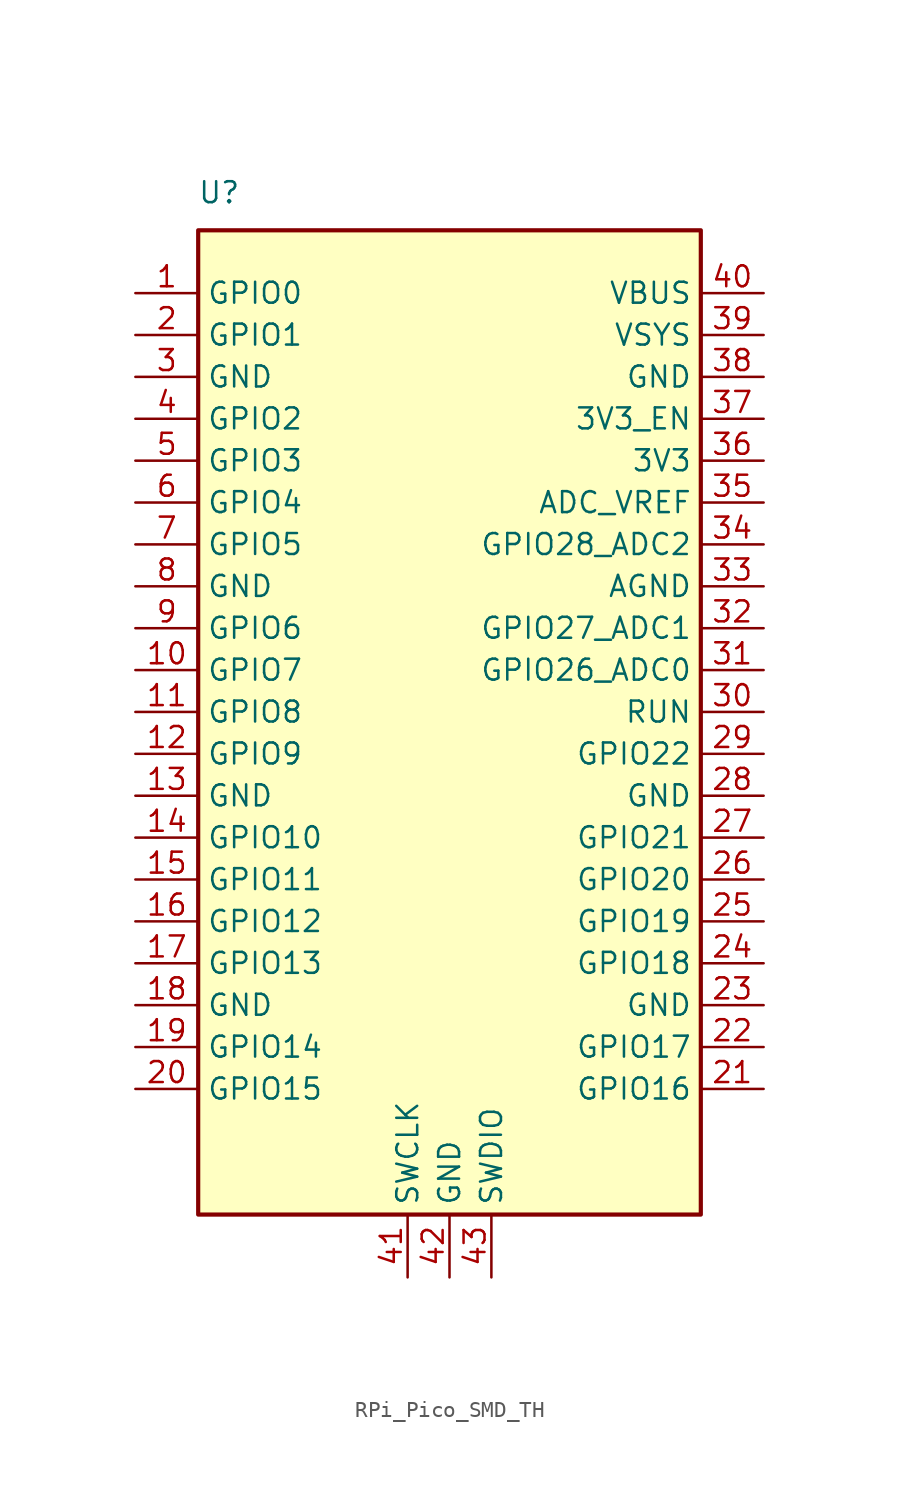
<source format=kicad_sym>
(kicad_symbol_lib
  (version 20241209)
  (generator "kicad_symbol_editor")
  (generator_version "9.0")
  (symbol "RPi_Pico_SMD_TH"
    (property "Reference" "U"
      (at -13.97 27.686 0)
      (effects (font (size 1.27 1.27))))
    (symbol "RPi_Pico_SMD_TH_1_1"
      (rectangle (start -15.24 25.4) (end 15.24 -34.29) (stroke (width 0.254) (type solid)) (fill (type background)))
      (pin bidirectional line (at -19.05 21.59 0) (length 3.81) (name "GPIO0" (effects (font (size 1.27 1.27)))) (number "1" (effects (font (size 1.27 1.27)))))
      (pin bidirectional line (at -19.05 19.05 0) (length 3.81) (name "GPIO1" (effects (font (size 1.27 1.27)))) (number "2" (effects (font (size 1.27 1.27)))))
      (pin power_in line (at -19.05 16.51 0) (length 3.81) (name "GND" (effects (font (size 1.27 1.27)))) (number "3" (effects (font (size 1.27 1.27)))))
      (pin bidirectional line (at -19.05 13.97 0) (length 3.81) (name "GPIO2" (effects (font (size 1.27 1.27)))) (number "4" (effects (font (size 1.27 1.27)))))
      (pin bidirectional line (at -19.05 11.43 0) (length 3.81) (name "GPIO3" (effects (font (size 1.27 1.27)))) (number "5" (effects (font (size 1.27 1.27)))))
      (pin bidirectional line (at -19.05 8.89 0) (length 3.81) (name "GPIO4" (effects (font (size 1.27 1.27)))) (number "6" (effects (font (size 1.27 1.27)))))
      (pin bidirectional line (at -19.05 6.35 0) (length 3.81) (name "GPIO5" (effects (font (size 1.27 1.27)))) (number "7" (effects (font (size 1.27 1.27)))))
      (pin power_in line (at -19.05 3.81 0) (length 3.81) (name "GND" (effects (font (size 1.27 1.27)))) (number "8" (effects (font (size 1.27 1.27)))))
      (pin bidirectional line (at -19.05 1.27 0) (length 3.81) (name "GPIO6" (effects (font (size 1.27 1.27)))) (number "9" (effects (font (size 1.27 1.27)))))
      (pin bidirectional line (at -19.05 -1.27 0) (length 3.81) (name "GPIO7" (effects (font (size 1.27 1.27)))) (number "10" (effects (font (size 1.27 1.27)))))
      (pin bidirectional line (at -19.05 -3.81 0) (length 3.81) (name "GPIO8" (effects (font (size 1.27 1.27)))) (number "11" (effects (font (size 1.27 1.27)))))
      (pin bidirectional line (at -19.05 -6.35 0) (length 3.81) (name "GPIO9" (effects (font (size 1.27 1.27)))) (number "12" (effects (font (size 1.27 1.27)))))
      (pin power_in line (at -19.05 -8.89 0) (length 3.81) (name "GND" (effects (font (size 1.27 1.27)))) (number "13" (effects (font (size 1.27 1.27)))))
      (pin bidirectional line (at -19.05 -11.43 0) (length 3.81) (name "GPIO10" (effects (font (size 1.27 1.27)))) (number "14" (effects (font (size 1.27 1.27)))))
      (pin bidirectional line (at -19.05 -13.97 0) (length 3.81) (name "GPIO11" (effects (font (size 1.27 1.27)))) (number "15" (effects (font (size 1.27 1.27)))))
      (pin bidirectional line (at -19.05 -16.51 0) (length 3.81) (name "GPIO12" (effects (font (size 1.27 1.27)))) (number "16" (effects (font (size 1.27 1.27)))))
      (pin bidirectional line (at -19.05 -19.05 0) (length 3.81) (name "GPIO13" (effects (font (size 1.27 1.27)))) (number "17" (effects (font (size 1.27 1.27)))))
      (pin power_in line (at -19.05 -21.59 0) (length 3.81) (name "GND" (effects (font (size 1.27 1.27)))) (number "18" (effects (font (size 1.27 1.27)))))
      (pin bidirectional line (at -19.05 -24.13 0) (length 3.81) (name "GPIO14" (effects (font (size 1.27 1.27)))) (number "19" (effects (font (size 1.27 1.27)))))
      (pin bidirectional line (at -19.05 -26.67 0) (length 3.81) (name "GPIO15" (effects (font (size 1.27 1.27)))) (number "20" (effects (font (size 1.27 1.27)))))
      (pin input line (at -2.54 -38.1 90) (length 3.81) (name "SWCLK" (effects (font (size 1.27 1.27)))) (number "41" (effects (font (size 1.27 1.27)))))
      (pin power_in line (at 0 -38.1 90) (length 3.81) (name "GND" (effects (font (size 1.27 1.27)))) (number "42" (effects (font (size 1.27 1.27)))))
      (pin bidirectional line (at 2.54 -38.1 90) (length 3.81) (name "SWDIO" (effects (font (size 1.27 1.27)))) (number "43" (effects (font (size 1.27 1.27)))))
      (pin power_in line (at 19.05 21.59 180) (length 3.81) (name "VBUS" (effects (font (size 1.27 1.27)))) (number "40" (effects (font (size 1.27 1.27)))))
      (pin power_in line (at 19.05 19.05 180) (length 3.81) (name "VSYS" (effects (font (size 1.27 1.27)))) (number "39" (effects (font (size 1.27 1.27)))))
      (pin power_in line (at 19.05 16.51 180) (length 3.81) (name "GND" (effects (font (size 1.27 1.27)))) (number "38" (effects (font (size 1.27 1.27)))))
      (pin input line (at 19.05 13.97 180) (length 3.81) (name "3V3_EN" (effects (font (size 1.27 1.27)))) (number "37" (effects (font (size 1.27 1.27)))))
      (pin power_in line (at 19.05 11.43 180) (length 3.81) (name "3V3" (effects (font (size 1.27 1.27)))) (number "36" (effects (font (size 1.27 1.27)))))
      (pin power_in line (at 19.05 8.89 180) (length 3.81) (name "ADC_VREF" (effects (font (size 1.27 1.27)))) (number "35" (effects (font (size 1.27 1.27)))))
      (pin bidirectional line (at 19.05 6.35 180) (length 3.81) (name "GPIO28_ADC2" (effects (font (size 1.27 1.27)))) (number "34" (effects (font (size 1.27 1.27)))))
      (pin power_in line (at 19.05 3.81 180) (length 3.81) (name "AGND" (effects (font (size 1.27 1.27)))) (number "33" (effects (font (size 1.27 1.27)))))
      (pin bidirectional line (at 19.05 1.27 180) (length 3.81) (name "GPIO27_ADC1" (effects (font (size 1.27 1.27)))) (number "32" (effects (font (size 1.27 1.27)))))
      (pin bidirectional line (at 19.05 -1.27 180) (length 3.81) (name "GPIO26_ADC0" (effects (font (size 1.27 1.27)))) (number "31" (effects (font (size 1.27 1.27)))))
      (pin input line (at 19.05 -3.81 180) (length 3.81) (name "RUN" (effects (font (size 1.27 1.27)))) (number "30" (effects (font (size 1.27 1.27)))))
      (pin bidirectional line (at 19.05 -6.35 180) (length 3.81) (name "GPIO22" (effects (font (size 1.27 1.27)))) (number "29" (effects (font (size 1.27 1.27)))))
      (pin power_in line (at 19.05 -8.89 180) (length 3.81) (name "GND" (effects (font (size 1.27 1.27)))) (number "28" (effects (font (size 1.27 1.27)))))
      (pin bidirectional line (at 19.05 -11.43 180) (length 3.81) (name "GPIO21" (effects (font (size 1.27 1.27)))) (number "27" (effects (font (size 1.27 1.27)))))
      (pin bidirectional line (at 19.05 -13.97 180) (length 3.81) (name "GPIO20" (effects (font (size 1.27 1.27)))) (number "26" (effects (font (size 1.27 1.27)))))
      (pin bidirectional line (at 19.05 -16.51 180) (length 3.81) (name "GPIO19" (effects (font (size 1.27 1.27)))) (number "25" (effects (font (size 1.27 1.27)))))
      (pin bidirectional line (at 19.05 -19.05 180) (length 3.81) (name "GPIO18" (effects (font (size 1.27 1.27)))) (number "24" (effects (font (size 1.27 1.27)))))
      (pin power_in line (at 19.05 -21.59 180) (length 3.81) (name "GND" (effects (font (size 1.27 1.27)))) (number "23" (effects (font (size 1.27 1.27)))))
      (pin bidirectional line (at 19.05 -24.13 180) (length 3.81) (name "GPIO17" (effects (font (size 1.27 1.27)))) (number "22" (effects (font (size 1.27 1.27)))))
      (pin bidirectional line (at 19.05 -26.67 180) (length 3.81) (name "GPIO16" (effects (font (size 1.27 1.27)))) (number "21" (effects (font (size 1.27 1.27))))))))
</source>
